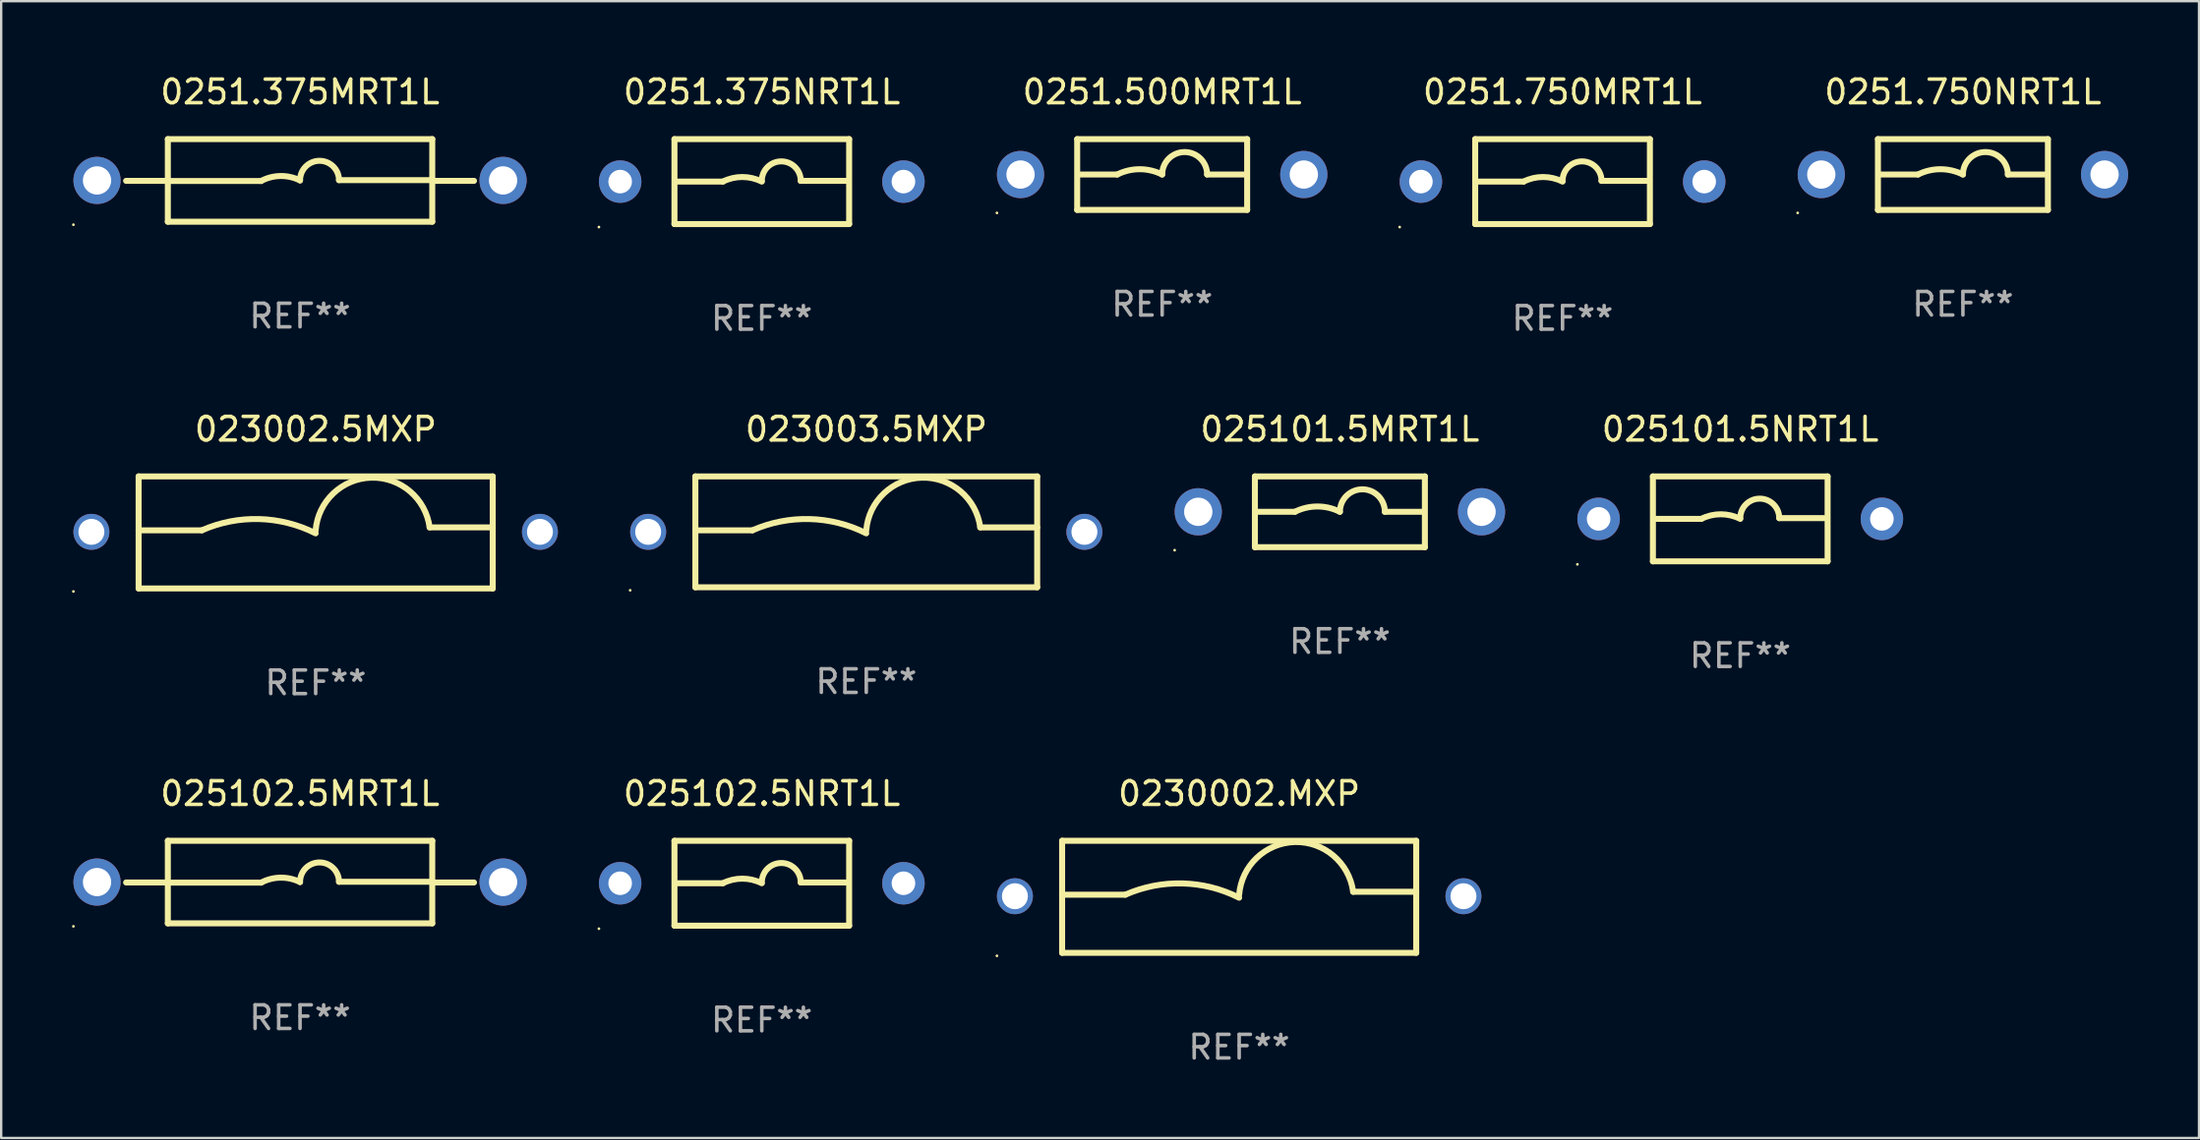
<source format=kicad_pcb>
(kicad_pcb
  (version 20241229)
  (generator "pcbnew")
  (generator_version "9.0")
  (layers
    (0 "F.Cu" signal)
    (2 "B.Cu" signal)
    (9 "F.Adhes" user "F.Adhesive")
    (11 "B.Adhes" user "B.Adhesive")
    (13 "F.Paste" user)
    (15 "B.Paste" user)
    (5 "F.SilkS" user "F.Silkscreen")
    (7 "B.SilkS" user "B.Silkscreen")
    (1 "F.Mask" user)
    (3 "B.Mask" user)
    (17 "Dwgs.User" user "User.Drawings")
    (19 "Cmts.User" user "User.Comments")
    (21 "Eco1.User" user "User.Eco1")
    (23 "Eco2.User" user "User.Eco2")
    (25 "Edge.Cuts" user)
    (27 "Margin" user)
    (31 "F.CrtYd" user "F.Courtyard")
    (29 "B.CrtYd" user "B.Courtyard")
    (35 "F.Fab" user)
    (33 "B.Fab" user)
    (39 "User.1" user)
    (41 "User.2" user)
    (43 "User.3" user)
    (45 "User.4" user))
  (footprint "0251.500MRT1L"
    (layer "F.Cu")
    (at 46.18 4.348)
    (property "Reference" "0251.500MRT1L" (at 0 -3.5 0) (layer "F.SilkS") (effects (font (size 1 1) (thickness 0.15))))
    (attr through_hole)
    (fp_line (start -3.6 -1.5) (end -3.6 1.5) (stroke (width 0.254) (type solid)) (layer "F.SilkS"))
    (fp_line (start -3.6 -1.5) (end 3.6 -1.5) (stroke (width 0.254) (type solid)) (layer "F.SilkS"))
    (fp_line (start -3.6 1.5) (end 3.6 1.5) (stroke (width 0.254) (type solid)) (layer "F.SilkS"))
    (fp_line (start -3.556 0) (end -1.905 0) (stroke (width 0.254) (type solid)) (layer "F.SilkS"))
    (fp_line (start 3.556 0) (end 1.905 0) (stroke (width 0.254) (type solid)) (layer "F.SilkS"))
    (fp_line (start 3.6 -1.5) (end 3.6 1.5) (stroke (width 0.254) (type solid)) (layer "F.SilkS"))
    (fp_arc (start -1.905004 0) (mid -0.952502 -0.224855) (end 0 0) (stroke (width 0.254001) (type solid)) (layer "F.SilkS"))
    (fp_arc (start 0 0) (mid 0.952502 -0.952502) (end 1.905004 0) (stroke (width 0.254001) (type solid)) (layer "F.SilkS"))
    (fp_circle (center -7 1.627) (end -6.97 1.627) (stroke (width 0.06) (type solid)) (fill no) (layer "F.SilkS"))
    (fp_text user "REF**" (at 0 5.5 0) (layer "F.Fab") (effects (font (size 1 1) (thickness 0.15))))
    (pad "1" thru_hole circle (at -6 0) (size 2 2) (drill 1.2) (layers "*.Cu" "*.Mask"))
    (pad "2" thru_hole circle (at 6 0) (size 2 2) (drill 1.2) (layers "*.Cu" "*.Mask")))
  (footprint "0251.750NRT1L"
    (layer "F.Cu")
    (at 80.1 4.348)
    (property "Reference" "0251.750NRT1L" (at 0 -3.5 0) (layer "F.SilkS") (effects (font (size 1 1) (thickness 0.15))))
    (attr through_hole)
    (fp_line (start -3.6 -1.5) (end -3.6 1.5) (stroke (width 0.254) (type solid)) (layer "F.SilkS"))
    (fp_line (start -3.6 -1.5) (end 3.6 -1.5) (stroke (width 0.254) (type solid)) (layer "F.SilkS"))
    (fp_line (start -3.6 1.5) (end 3.6 1.5) (stroke (width 0.254) (type solid)) (layer "F.SilkS"))
    (fp_line (start -3.556 0) (end -1.905 0) (stroke (width 0.254) (type solid)) (layer "F.SilkS"))
    (fp_line (start 3.556 0) (end 1.905 0) (stroke (width 0.254) (type solid)) (layer "F.SilkS"))
    (fp_line (start 3.6 -1.5) (end 3.6 1.5) (stroke (width 0.254) (type solid)) (layer "F.SilkS"))
    (fp_arc (start -1.905004 0) (mid -0.952502 -0.224855) (end 0 0) (stroke (width 0.254001) (type solid)) (layer "F.SilkS"))
    (fp_arc (start 0 0) (mid 0.952502 -0.952502) (end 1.905004 0) (stroke (width 0.254001) (type solid)) (layer "F.SilkS"))
    (fp_circle (center -7 1.627) (end -6.97 1.627) (stroke (width 0.06) (type solid)) (fill no) (layer "F.SilkS"))
    (fp_text user "REF**" (at 0 5.5 0) (layer "F.Fab") (effects (font (size 1 1) (thickness 0.15))))
    (pad "1" thru_hole circle (at -6 0) (size 2 2) (drill 1.2) (layers "*.Cu" "*.Mask"))
    (pad "2" thru_hole circle (at 6 0) (size 2 2) (drill 1.2) (layers "*.Cu" "*.Mask")))
  (footprint "025101.5MRT1L"
    (layer "F.Cu")
    (at 53.708 18.645)
    (property "Reference" "025101.5MRT1L" (at 0 -3.5 0) (layer "F.SilkS") (effects (font (size 1 1) (thickness 0.15))))
    (attr through_hole)
    (fp_line (start -3.6 -1.5) (end -3.6 1.5) (stroke (width 0.254) (type solid)) (layer "F.SilkS"))
    (fp_line (start -3.6 -1.5) (end 3.6 -1.5) (stroke (width 0.254) (type solid)) (layer "F.SilkS"))
    (fp_line (start -3.6 1.5) (end 3.6 1.5) (stroke (width 0.254) (type solid)) (layer "F.SilkS"))
    (fp_line (start -3.556 0) (end -1.905 0) (stroke (width 0.254) (type solid)) (layer "F.SilkS"))
    (fp_line (start 3.556 0) (end 1.905 0) (stroke (width 0.254) (type solid)) (layer "F.SilkS"))
    (fp_line (start 3.6 -1.5) (end 3.6 1.5) (stroke (width 0.254) (type solid)) (layer "F.SilkS"))
    (fp_arc (start -1.905004 0) (mid -0.952502 -0.224855) (end 0 0) (stroke (width 0.254001) (type solid)) (layer "F.SilkS"))
    (fp_arc (start 0 0) (mid 0.952502 -0.952502) (end 1.905004 0) (stroke (width 0.254001) (type solid)) (layer "F.SilkS"))
    (fp_circle (center -7 1.627) (end -6.97 1.627) (stroke (width 0.06) (type solid)) (fill no) (layer "F.SilkS"))
    (fp_text user "REF**" (at 0 5.5 0) (layer "F.Fab") (effects (font (size 1 1) (thickness 0.15))))
    (pad "1" thru_hole circle (at -6 0) (size 2 2) (drill 1.2) (layers "*.Cu" "*.Mask"))
    (pad "2" thru_hole circle (at 6 0) (size 2 2) (drill 1.2) (layers "*.Cu" "*.Mask")))
  (footprint "0251.750MRT1L"
    (layer "F.Cu")
    (at 63.14 4.648)
    (property "Reference" "0251.750MRT1L" (at 0 -3.8 0) (layer "F.SilkS") (effects (font (size 1 1) (thickness 0.15))))
    (attr through_hole)
    (fp_line (start -3.7 -1.8) (end -3.7 1.8) (stroke (width 0.254) (type solid)) (layer "F.SilkS"))
    (fp_line (start -3.7 -1.8) (end 3.7 -1.8) (stroke (width 0.254) (type solid)) (layer "F.SilkS"))
    (fp_line (start -3.7 1.8) (end 3.7 1.8) (stroke (width 0.254) (type solid)) (layer "F.SilkS"))
    (fp_line (start -3.556 0) (end -1.651 0) (stroke (width 0.254) (type solid)) (layer "F.SilkS"))
    (fp_line (start 3.556 -0.032) (end 1.651 -0.032) (stroke (width 0.254) (type solid)) (layer "F.SilkS"))
    (fp_line (start 3.7 -1.8) (end 3.7 1.8) (stroke (width 0.254) (type solid)) (layer "F.SilkS"))
    (fp_arc (start -1.651003 0) (mid -0.825502 -0.194874) (end 0 0) (stroke (width 0.254001) (type solid)) (layer "F.SilkS"))
    (fp_arc (start 0.000025 -0.031699) (mid 0.825527 -0.857201) (end 1.651029 -0.031699) (stroke (width 0.254001) (type solid)) (layer "F.SilkS"))
    (fp_circle (center -6.9 1.927) (end -6.87 1.927) (stroke (width 0.06) (type solid)) (fill no) (layer "F.SilkS"))
    (fp_text user "REF**" (at 0 5.8 0) (layer "F.Fab") (effects (font (size 1 1) (thickness 0.15))))
    (pad "1" thru_hole circle (at -6 0) (size 1.8 1.8) (drill 1) (layers "*.Cu" "*.Mask"))
    (pad "2" thru_hole circle (at 6 0) (size 1.8 1.8) (drill 1) (layers "*.Cu" "*.Mask")))
  (footprint "023003.5MXP"
    (layer "F.Cu")
    (at 33.646 19.495)
    (property "Reference" "023003.5MXP" (at 0 -4.35 0) (layer "F.SilkS") (effects (font (size 1 1) (thickness 0.15))))
    (attr through_hole)
    (fp_line (start -7.24 -2.35) (end 7.24 -2.35) (stroke (width 0.254) (type solid)) (layer "F.SilkS"))
    (fp_line (start -7.24 2.35) (end -7.24 -2.35) (stroke (width 0.254) (type solid)) (layer "F.SilkS"))
    (fp_line (start -7.24 2.35) (end 7.24 2.35) (stroke (width 0.254) (type solid)) (layer "F.SilkS"))
    (fp_line (start -4.824 -0.064) (end -7.24 -0.064) (stroke (width 0.254) (type solid)) (layer "F.SilkS"))
    (fp_line (start 4.828 -0.188) (end 7.24 -0.188) (stroke (width 0.254) (type solid)) (layer "F.SilkS"))
    (fp_line (start 7.24 2.35) (end 7.24 -2.35) (stroke (width 0.254) (type solid)) (layer "F.SilkS"))
    (fp_arc (start -4.824359 -0.063754) (mid -2.398785 -0.542073) (end -0.001702 0.063068) (stroke (width 0.254001) (type solid)) (layer "F.SilkS"))
    (fp_arc (start -0.001625 -0.061493) (mid 2.355932 -2.296691) (end 4.827711 -0.188494) (stroke (width 0.254001) (type solid)) (layer "F.SilkS"))
    (fp_circle (center -10.002 2.477) (end -9.972 2.477) (stroke (width 0.06) (type solid)) (fill no) (layer "F.SilkS"))
    (fp_text user "REF**" (at 0 6.35 0) (layer "F.Fab") (effects (font (size 1 1) (thickness 0.15))))
    (pad "1" thru_hole circle (at -9.24 0) (size 1.524 1.524) (drill 1.1) (layers "*.Cu" "*.Mask"))
    (pad "2" thru_hole circle (at 9.24 0) (size 1.524 1.524) (drill 1.1) (layers "*.Cu" "*.Mask")))
  (footprint "023002.5MXP"
    (layer "F.Cu")
    (at 10.322 19.52)
    (property "Reference" "023002.5MXP" (at 0 -4.375 0) (layer "F.SilkS") (effects (font (size 1 1) (thickness 0.15))))
    (attr through_hole)
    (fp_line (start -7.5 -2.375) (end 7.5 -2.375) (stroke (width 0.254) (type solid)) (layer "F.SilkS"))
    (fp_line (start -7.5 2.375) (end -7.5 -2.375) (stroke (width 0.254) (type solid)) (layer "F.SilkS"))
    (fp_line (start -7.5 2.375) (end 7.5 2.375) (stroke (width 0.254) (type solid)) (layer "F.SilkS"))
    (fp_line (start -4.824 -0.089) (end -7.5 -0.089) (stroke (width 0.254) (type solid)) (layer "F.SilkS"))
    (fp_line (start 4.828 -0.214) (end 7.5 -0.214) (stroke (width 0.254) (type solid)) (layer "F.SilkS"))
    (fp_line (start 7.5 -2.375) (end 7.5 2.375) (stroke (width 0.254) (type solid)) (layer "F.SilkS"))
    (fp_arc (start -4.824359 -0.088748) (mid -2.398785 -0.567067) (end -0.001702 0.038074) (stroke (width 0.254001) (type solid)) (layer "F.SilkS"))
    (fp_arc (start -0.001625 -0.086488) (mid 2.355933 -2.321685) (end 4.827711 -0.213487) (stroke (width 0.254001) (type solid)) (layer "F.SilkS"))
    (fp_circle (center -10.262 2.502) (end -10.232 2.502) (stroke (width 0.06) (type solid)) (fill no) (layer "F.SilkS"))
    (fp_text user "REF**" (at 0 6.375 0) (layer "F.Fab") (effects (font (size 1 1) (thickness 0.15))))
    (pad "1" thru_hole circle (at -9.5 -0.025) (size 1.524 1.524) (drill 1.1) (layers "*.Cu" "*.Mask"))
    (pad "2" thru_hole circle (at 9.5 -0.025) (size 1.524 1.524) (drill 1.1) (layers "*.Cu" "*.Mask")))
  (footprint "0251.375MRT1L"
    (layer "F.Cu")
    (at 9.66 4.598)
    (property "Reference" "0251.375MRT1L" (at 0 -3.75 0) (layer "F.SilkS") (effects (font (size 1 1) (thickness 0.15))))
    (attr through_hole)
    (fp_line (start -5.6 0.018) (end -7.369 0.018) (stroke (width 0.254) (type solid)) (layer "F.SilkS"))
    (fp_line (start -5.6 0.024) (end -1.651 0.024) (stroke (width 0.254) (type solid)) (layer "F.SilkS"))
    (fp_line (start -5.6 1.75) (end -5.6 -1.75) (stroke (width 0.254) (type solid)) (layer "F.SilkS"))
    (fp_line (start 5.6 -1.75) (end -5.6 -1.75) (stroke (width 0.254) (type solid)) (layer "F.SilkS"))
    (fp_line (start 5.6 -1.75) (end 5.6 1.75) (stroke (width 0.254) (type solid)) (layer "F.SilkS"))
    (fp_line (start 5.6 -0.012) (end 1.651 -0.012) (stroke (width 0.254) (type solid)) (layer "F.SilkS"))
    (fp_line (start 5.6 0.018) (end 7.369 0.018) (stroke (width 0.254) (type solid)) (layer "F.SilkS"))
    (fp_line (start 5.6 1.75) (end -5.6 1.75) (stroke (width 0.254) (type solid)) (layer "F.SilkS"))
    (fp_arc (start -1.651003 0.024359) (mid -0.828434 -0.186556) (end 0 0.000001) (stroke (width 0.254001) (type solid)) (layer "F.SilkS"))
    (fp_arc (start 0.000001 -0.000001) (mid 0.819576 -0.82554) (end 1.651003 -0.011938) (stroke (width 0.254001) (type solid)) (layer "F.SilkS"))
    (fp_circle (center -9.6 1.877) (end -9.57 1.877) (stroke (width 0.06) (type solid)) (fill no) (layer "F.SilkS"))
    (fp_text user "REF**" (at 0 5.75 0) (layer "F.Fab") (effects (font (size 1 1) (thickness 0.15))))
    (pad "1" thru_hole circle (at -8.6 0) (size 2 2) (drill 1.2) (layers "*.Cu" "*.Mask"))
    (pad "2" thru_hole circle (at 8.6 0) (size 2 2) (drill 1.2) (layers "*.Cu" "*.Mask")))
  (footprint "025102.5MRT1L"
    (layer "F.Cu")
    (at 9.66 34.341)
    (property "Reference" "025102.5MRT1L" (at 0 -3.75 0) (layer "F.SilkS") (effects (font (size 1 1) (thickness 0.15))))
    (attr through_hole)
    (fp_line (start -5.6 0.018) (end -7.369 0.018) (stroke (width 0.254) (type solid)) (layer "F.SilkS"))
    (fp_line (start -5.6 0.024) (end -1.651 0.024) (stroke (width 0.254) (type solid)) (layer "F.SilkS"))
    (fp_line (start -5.6 1.75) (end -5.6 -1.75) (stroke (width 0.254) (type solid)) (layer "F.SilkS"))
    (fp_line (start 5.6 -1.75) (end -5.6 -1.75) (stroke (width 0.254) (type solid)) (layer "F.SilkS"))
    (fp_line (start 5.6 -1.75) (end 5.6 1.75) (stroke (width 0.254) (type solid)) (layer "F.SilkS"))
    (fp_line (start 5.6 -0.012) (end 1.651 -0.012) (stroke (width 0.254) (type solid)) (layer "F.SilkS"))
    (fp_line (start 5.6 0.018) (end 7.369 0.018) (stroke (width 0.254) (type solid)) (layer "F.SilkS"))
    (fp_line (start 5.6 1.75) (end -5.6 1.75) (stroke (width 0.254) (type solid)) (layer "F.SilkS"))
    (fp_arc (start -1.651003 0.024359) (mid -0.828434 -0.186556) (end 0 0.000001) (stroke (width 0.254001) (type solid)) (layer "F.SilkS"))
    (fp_arc (start 0.000001 -0.000001) (mid 0.819576 -0.82554) (end 1.651003 -0.011938) (stroke (width 0.254001) (type solid)) (layer "F.SilkS"))
    (fp_circle (center -9.6 1.877) (end -9.57 1.877) (stroke (width 0.06) (type solid)) (fill no) (layer "F.SilkS"))
    (fp_text user "REF**" (at 0 5.75 0) (layer "F.Fab") (effects (font (size 1 1) (thickness 0.15))))
    (pad "1" thru_hole circle (at -8.6 0) (size 2 2) (drill 1.2) (layers "*.Cu" "*.Mask"))
    (pad "2" thru_hole circle (at 8.6 0) (size 2 2) (drill 1.2) (layers "*.Cu" "*.Mask")))
  (footprint "0230002.MXP"
    (layer "F.Cu")
    (at 49.442 34.966)
    (property "Reference" "0230002.MXP" (at 0 -4.375 0) (layer "F.SilkS") (effects (font (size 1 1) (thickness 0.15))))
    (attr through_hole)
    (fp_line (start -7.5 -2.375) (end 7.5 -2.375) (stroke (width 0.254) (type solid)) (layer "F.SilkS"))
    (fp_line (start -7.5 2.375) (end -7.5 -2.375) (stroke (width 0.254) (type solid)) (layer "F.SilkS"))
    (fp_line (start -7.5 2.375) (end 7.5 2.375) (stroke (width 0.254) (type solid)) (layer "F.SilkS"))
    (fp_line (start -4.824 -0.089) (end -7.5 -0.089) (stroke (width 0.254) (type solid)) (layer "F.SilkS"))
    (fp_line (start 4.828 -0.214) (end 7.5 -0.214) (stroke (width 0.254) (type solid)) (layer "F.SilkS"))
    (fp_line (start 7.5 -2.375) (end 7.5 2.375) (stroke (width 0.254) (type solid)) (layer "F.SilkS"))
    (fp_arc (start -4.824359 -0.088748) (mid -2.398785 -0.567067) (end -0.001702 0.038074) (stroke (width 0.254001) (type solid)) (layer "F.SilkS"))
    (fp_arc (start -0.001625 -0.086488) (mid 2.355933 -2.321685) (end 4.827711 -0.213487) (stroke (width 0.254001) (type solid)) (layer "F.SilkS"))
    (fp_circle (center -10.262 2.502) (end -10.232 2.502) (stroke (width 0.06) (type solid)) (fill no) (layer "F.SilkS"))
    (fp_text user "REF**" (at 0 6.375 0) (layer "F.Fab") (effects (font (size 1 1) (thickness 0.15))))
    (pad "1" thru_hole circle (at -9.5 -0.025) (size 1.524 1.524) (drill 1.1) (layers "*.Cu" "*.Mask"))
    (pad "2" thru_hole circle (at 9.5 -0.025) (size 1.524 1.524) (drill 1.1) (layers "*.Cu" "*.Mask")))
  (footprint "025102.5NRT1L"
    (layer "F.Cu")
    (at 29.22 34.391)
    (property "Reference" "025102.5NRT1L" (at 0 -3.8 0) (layer "F.SilkS") (effects (font (size 1 1) (thickness 0.15))))
    (attr through_hole)
    (fp_line (start -3.7 -1.8) (end -3.7 1.8) (stroke (width 0.254) (type solid)) (layer "F.SilkS"))
    (fp_line (start -3.7 -1.8) (end 3.7 -1.8) (stroke (width 0.254) (type solid)) (layer "F.SilkS"))
    (fp_line (start -3.7 1.8) (end 3.7 1.8) (stroke (width 0.254) (type solid)) (layer "F.SilkS"))
    (fp_line (start -3.556 0) (end -1.651 0) (stroke (width 0.254) (type solid)) (layer "F.SilkS"))
    (fp_line (start 3.556 -0.032) (end 1.651 -0.032) (stroke (width 0.254) (type solid)) (layer "F.SilkS"))
    (fp_line (start 3.7 -1.8) (end 3.7 1.8) (stroke (width 0.254) (type solid)) (layer "F.SilkS"))
    (fp_arc (start -1.651003 0) (mid -0.825502 -0.194874) (end 0 0) (stroke (width 0.254001) (type solid)) (layer "F.SilkS"))
    (fp_arc (start 0.000025 -0.031699) (mid 0.825527 -0.857201) (end 1.651029 -0.031699) (stroke (width 0.254001) (type solid)) (layer "F.SilkS"))
    (fp_circle (center -6.9 1.927) (end -6.87 1.927) (stroke (width 0.06) (type solid)) (fill no) (layer "F.SilkS"))
    (fp_text user "REF**" (at 0 5.8 0) (layer "F.Fab") (effects (font (size 1 1) (thickness 0.15))))
    (pad "1" thru_hole circle (at -6 0) (size 1.8 1.8) (drill 1) (layers "*.Cu" "*.Mask"))
    (pad "2" thru_hole circle (at 6 0) (size 1.8 1.8) (drill 1) (layers "*.Cu" "*.Mask")))
  (footprint "0251.375NRT1L"
    (layer "F.Cu")
    (at 29.22 4.648)
    (property "Reference" "0251.375NRT1L" (at 0 -3.8 0) (layer "F.SilkS") (effects (font (size 1 1) (thickness 0.15))))
    (attr through_hole)
    (fp_line (start -3.7 -1.8) (end -3.7 1.8) (stroke (width 0.254) (type solid)) (layer "F.SilkS"))
    (fp_line (start -3.7 -1.8) (end 3.7 -1.8) (stroke (width 0.254) (type solid)) (layer "F.SilkS"))
    (fp_line (start -3.7 1.8) (end 3.7 1.8) (stroke (width 0.254) (type solid)) (layer "F.SilkS"))
    (fp_line (start -3.556 0) (end -1.651 0) (stroke (width 0.254) (type solid)) (layer "F.SilkS"))
    (fp_line (start 3.556 -0.032) (end 1.651 -0.032) (stroke (width 0.254) (type solid)) (layer "F.SilkS"))
    (fp_line (start 3.7 -1.8) (end 3.7 1.8) (stroke (width 0.254) (type solid)) (layer "F.SilkS"))
    (fp_arc (start -1.651003 0) (mid -0.825502 -0.194874) (end 0 0) (stroke (width 0.254001) (type solid)) (layer "F.SilkS"))
    (fp_arc (start 0.000025 -0.031699) (mid 0.825527 -0.857201) (end 1.651029 -0.031699) (stroke (width 0.254001) (type solid)) (layer "F.SilkS"))
    (fp_circle (center -6.9 1.927) (end -6.87 1.927) (stroke (width 0.06) (type solid)) (fill no) (layer "F.SilkS"))
    (fp_text user "REF**" (at 0 5.8 0) (layer "F.Fab") (effects (font (size 1 1) (thickness 0.15))))
    (pad "1" thru_hole circle (at -6 0) (size 1.8 1.8) (drill 1) (layers "*.Cu" "*.Mask"))
    (pad "2" thru_hole circle (at 6 0) (size 1.8 1.8) (drill 1) (layers "*.Cu" "*.Mask")))
  (footprint "025101.5NRT1L"
    (layer "F.Cu")
    (at 70.668 18.945)
    (property "Reference" "025101.5NRT1L" (at 0 -3.8 0) (layer "F.SilkS") (effects (font (size 1 1) (thickness 0.15))))
    (attr through_hole)
    (fp_line (start -3.7 -1.8) (end -3.7 1.8) (stroke (width 0.254) (type solid)) (layer "F.SilkS"))
    (fp_line (start -3.7 -1.8) (end 3.7 -1.8) (stroke (width 0.254) (type solid)) (layer "F.SilkS"))
    (fp_line (start -3.7 1.8) (end 3.7 1.8) (stroke (width 0.254) (type solid)) (layer "F.SilkS"))
    (fp_line (start -3.556 0) (end -1.651 0) (stroke (width 0.254) (type solid)) (layer "F.SilkS"))
    (fp_line (start 3.556 -0.032) (end 1.651 -0.032) (stroke (width 0.254) (type solid)) (layer "F.SilkS"))
    (fp_line (start 3.7 -1.8) (end 3.7 1.8) (stroke (width 0.254) (type solid)) (layer "F.SilkS"))
    (fp_arc (start -1.651003 0) (mid -0.825502 -0.194874) (end 0 0) (stroke (width 0.254001) (type solid)) (layer "F.SilkS"))
    (fp_arc (start 0.000025 -0.031699) (mid 0.825527 -0.857201) (end 1.651029 -0.031699) (stroke (width 0.254001) (type solid)) (layer "F.SilkS"))
    (fp_circle (center -6.9 1.927) (end -6.87 1.927) (stroke (width 0.06) (type solid)) (fill no) (layer "F.SilkS"))
    (fp_text user "REF**" (at 0 5.8 0) (layer "F.Fab") (effects (font (size 1 1) (thickness 0.15))))
    (pad "1" thru_hole circle (at -6 0) (size 1.8 1.8) (drill 1) (layers "*.Cu" "*.Mask"))
    (pad "2" thru_hole circle (at 6 0) (size 1.8 1.8) (drill 1) (layers "*.Cu" "*.Mask")))
  (gr_rect
    (start -3 -3)
    (end 90.1 45.19)
    (stroke (width 0.1) (type default))
    (fill no)
    (layer "Edge.Cuts")))
</source>
